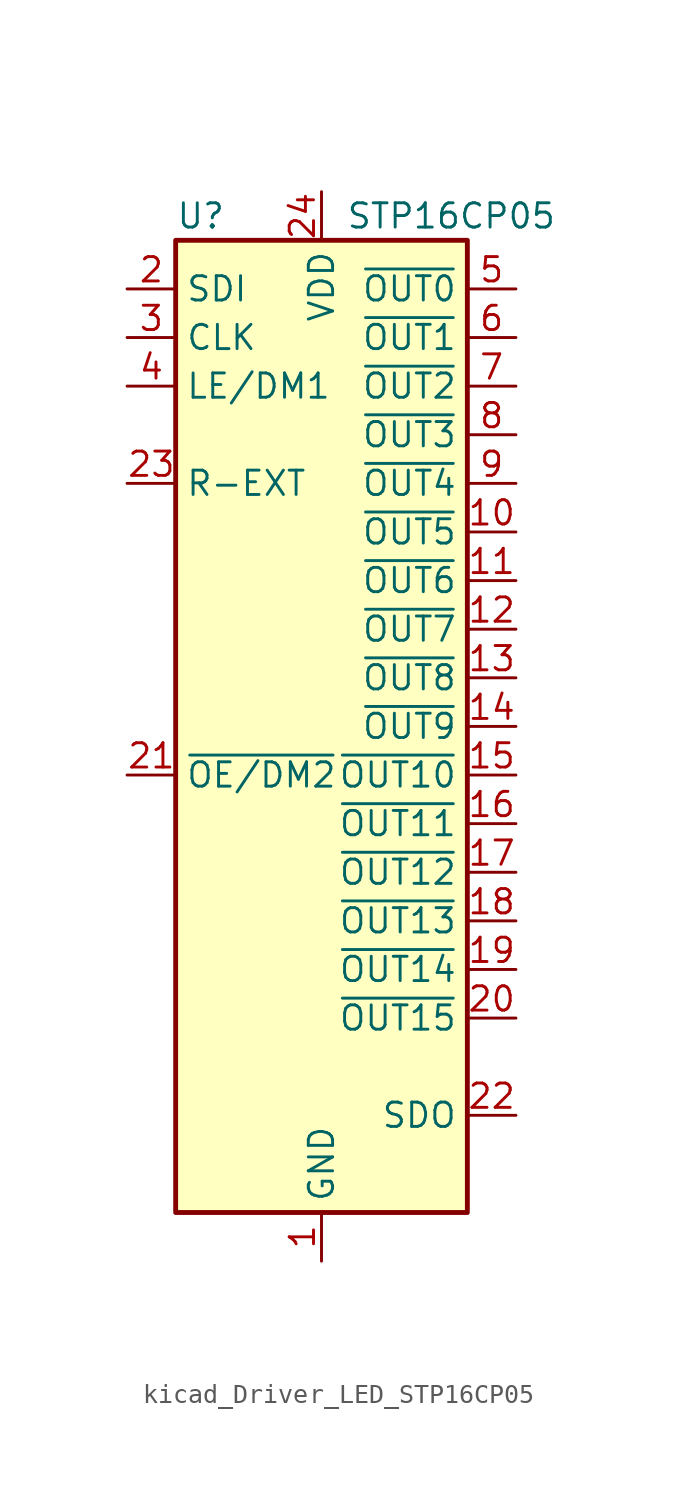
<source format=kicad_sym>
(kicad_symbol_lib
  (version 20220914)
  (generator kicad_symbol_editor)
  (symbol "kicad_Driver_LED_STP16CP05"
    (property "Reference" "U"
      (at -7.62 26.67 0)
      (effects (font (size 1.27 1.27)) (justify left)))
    (property "Value" "STP16CP05"
      (at 1.27 26.67 0)
      (effects (font (size 1.27 1.27)) (justify left)))
    (symbol "kicad_Driver_LED_STP16CP05_0_1"
      (rectangle (start -7.62 25.4) (end 7.62 -25.4) (stroke (width 0.254) (type default)) (fill (type background))))
    (symbol "kicad_Driver_LED_STP16CP05_1_1"
      (pin power_in line (at 0 -27.94 90) (length 2.54) (name "GND" (effects (font (size 1.27 1.27)))) (number "1" (effects (font (size 1.27 1.27)))))
      (pin output line (at 10.16 10.16 180) (length 2.54) (name "~{OUT5}" (effects (font (size 1.27 1.27)))) (number "10" (effects (font (size 1.27 1.27)))))
      (pin output line (at 10.16 7.62 180) (length 2.54) (name "~{OUT6}" (effects (font (size 1.27 1.27)))) (number "11" (effects (font (size 1.27 1.27)))))
      (pin output line (at 10.16 5.08 180) (length 2.54) (name "~{OUT7}" (effects (font (size 1.27 1.27)))) (number "12" (effects (font (size 1.27 1.27)))))
      (pin output line (at 10.16 2.54 180) (length 2.54) (name "~{OUT8}" (effects (font (size 1.27 1.27)))) (number "13" (effects (font (size 1.27 1.27)))))
      (pin output line (at 10.16 0 180) (length 2.54) (name "~{OUT9}" (effects (font (size 1.27 1.27)))) (number "14" (effects (font (size 1.27 1.27)))))
      (pin output line (at 10.16 -2.54 180) (length 2.54) (name "~{OUT10}" (effects (font (size 1.27 1.27)))) (number "15" (effects (font (size 1.27 1.27)))))
      (pin output line (at 10.16 -5.08 180) (length 2.54) (name "~{OUT11}" (effects (font (size 1.27 1.27)))) (number "16" (effects (font (size 1.27 1.27)))))
      (pin output line (at 10.16 -7.62 180) (length 2.54) (name "~{OUT12}" (effects (font (size 1.27 1.27)))) (number "17" (effects (font (size 1.27 1.27)))))
      (pin output line (at 10.16 -10.16 180) (length 2.54) (name "~{OUT13}" (effects (font (size 1.27 1.27)))) (number "18" (effects (font (size 1.27 1.27)))))
      (pin output line (at 10.16 -12.7 180) (length 2.54) (name "~{OUT14}" (effects (font (size 1.27 1.27)))) (number "19" (effects (font (size 1.27 1.27)))))
      (pin input line (at -10.16 22.86 0) (length 2.54) (name "SDI" (effects (font (size 1.27 1.27)))) (number "2" (effects (font (size 1.27 1.27)))))
      (pin output line (at 10.16 -15.24 180) (length 2.54) (name "~{OUT15}" (effects (font (size 1.27 1.27)))) (number "20" (effects (font (size 1.27 1.27)))))
      (pin input line (at -10.16 -2.54 0) (length 2.54) (name "~{OE/DM2}" (effects (font (size 1.27 1.27)))) (number "21" (effects (font (size 1.27 1.27)))))
      (pin output line (at 10.16 -20.32 180) (length 2.54) (name "SDO" (effects (font (size 1.27 1.27)))) (number "22" (effects (font (size 1.27 1.27)))))
      (pin passive line (at -10.16 12.7 0) (length 2.54) (name "R-EXT" (effects (font (size 1.27 1.27)))) (number "23" (effects (font (size 1.27 1.27)))))
      (pin power_in line (at 0 27.94 270) (length 2.54) (name "VDD" (effects (font (size 1.27 1.27)))) (number "24" (effects (font (size 1.27 1.27)))))
      (pin input line (at -10.16 20.32 0) (length 2.54) (name "CLK" (effects (font (size 1.27 1.27)))) (number "3" (effects (font (size 1.27 1.27)))))
      (pin input line (at -10.16 17.78 0) (length 2.54) (name "LE/DM1" (effects (font (size 1.27 1.27)))) (number "4" (effects (font (size 1.27 1.27)))))
      (pin output line (at 10.16 22.86 180) (length 2.54) (name "~{OUT0}" (effects (font (size 1.27 1.27)))) (number "5" (effects (font (size 1.27 1.27)))))
      (pin output line (at 10.16 20.32 180) (length 2.54) (name "~{OUT1}" (effects (font (size 1.27 1.27)))) (number "6" (effects (font (size 1.27 1.27)))))
      (pin output line (at 10.16 17.78 180) (length 2.54) (name "~{OUT2}" (effects (font (size 1.27 1.27)))) (number "7" (effects (font (size 1.27 1.27)))))
      (pin output line (at 10.16 15.24 180) (length 2.54) (name "~{OUT3}" (effects (font (size 1.27 1.27)))) (number "8" (effects (font (size 1.27 1.27)))))
      (pin output line (at 10.16 12.7 180) (length 2.54) (name "~{OUT4}" (effects (font (size 1.27 1.27)))) (number "9" (effects (font (size 1.27 1.27))))))))
</source>
